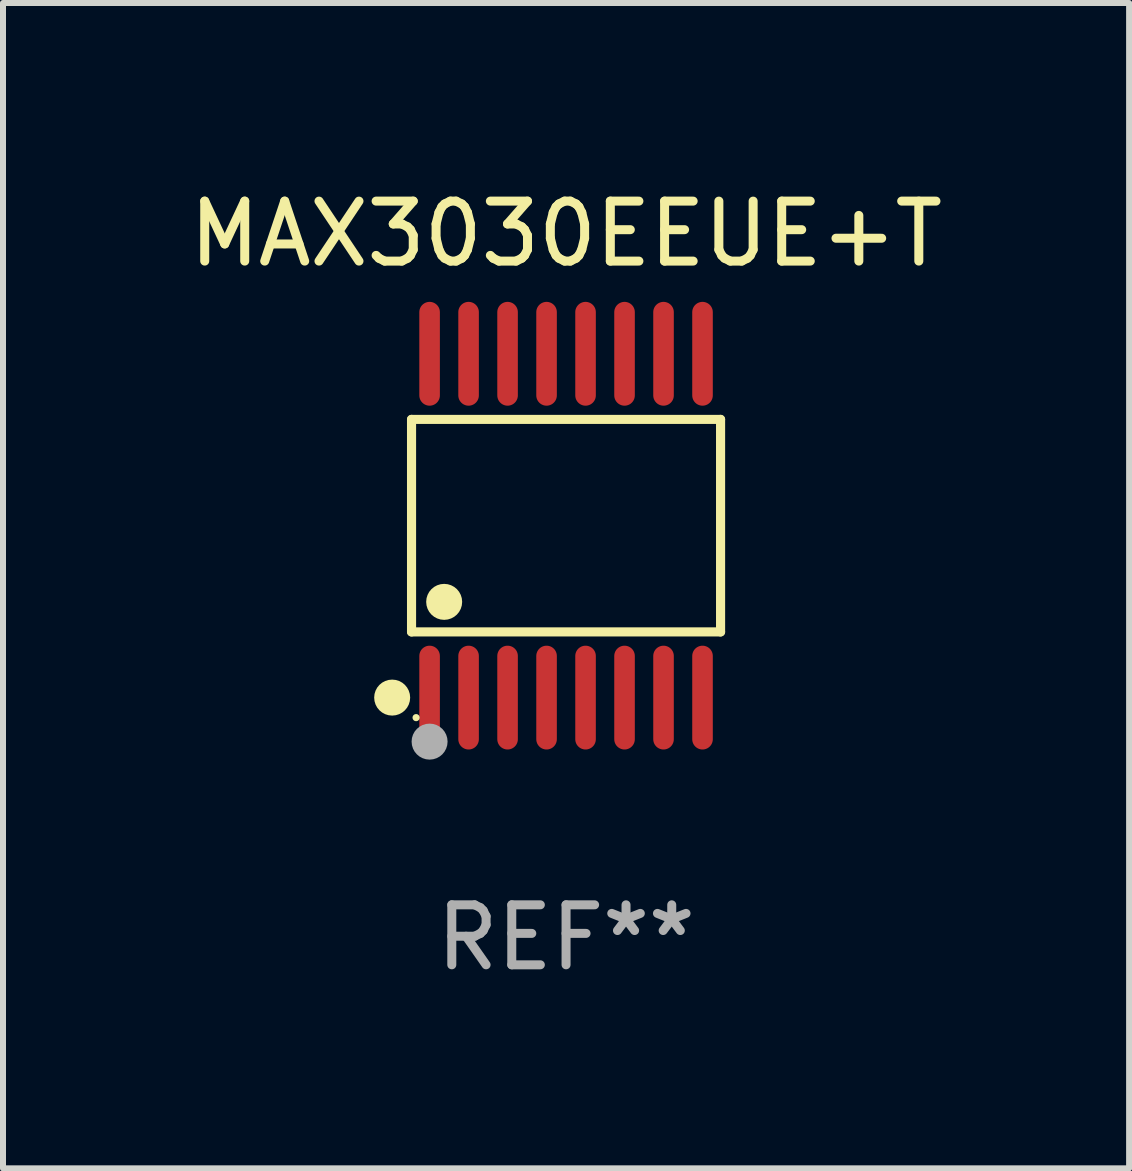
<source format=kicad_pcb>
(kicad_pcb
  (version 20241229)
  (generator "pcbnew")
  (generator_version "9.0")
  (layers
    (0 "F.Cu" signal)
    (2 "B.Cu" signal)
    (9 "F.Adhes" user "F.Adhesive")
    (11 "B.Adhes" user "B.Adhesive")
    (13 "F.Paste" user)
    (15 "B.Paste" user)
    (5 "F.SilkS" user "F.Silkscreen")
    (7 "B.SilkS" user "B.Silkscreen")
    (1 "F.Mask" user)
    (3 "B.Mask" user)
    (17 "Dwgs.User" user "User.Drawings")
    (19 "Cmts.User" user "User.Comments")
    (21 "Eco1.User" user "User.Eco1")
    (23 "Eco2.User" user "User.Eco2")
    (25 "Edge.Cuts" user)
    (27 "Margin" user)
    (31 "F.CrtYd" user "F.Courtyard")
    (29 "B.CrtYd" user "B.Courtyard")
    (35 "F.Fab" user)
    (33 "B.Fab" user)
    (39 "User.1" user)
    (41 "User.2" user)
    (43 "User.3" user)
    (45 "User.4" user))
  (footprint "MAX3030EEUE+T"
    (layer "F.Cu")
    (at 6.387 5.714)
    (property "Reference" "MAX3030EEUE+T" (at 0 -4.866 0) (layer "F.SilkS") (effects (font (size 1 1) (thickness 0.15))))
    (attr through_hole)
    (fp_line (start -2.576 -1.772) (end 2.576 -1.772) (stroke (width 0.152) (type solid)) (layer "F.SilkS"))
    (fp_line (start -2.576 1.771) (end -2.576 -1.772) (stroke (width 0.152) (type solid)) (layer "F.SilkS"))
    (fp_line (start 2.576 -1.772) (end 2.576 1.771) (stroke (width 0.152) (type solid)) (layer "F.SilkS"))
    (fp_line (start 2.576 1.771) (end -2.576 1.771) (stroke (width 0.152) (type solid)) (layer "F.SilkS"))
    (fp_circle (center -2.899 2.866) (end -2.749 2.866) (stroke (width 0.3) (type solid)) (fill no) (layer "F.SilkS"))
    (fp_circle (center -2.5 3.2) (end -2.47 3.2) (stroke (width 0.06) (type solid)) (fill no) (layer "F.SilkS"))
    (fp_circle (center -2.032 1.27) (end -1.882 1.27) (stroke (width 0.3) (type solid)) (fill no) (layer "F.SilkS"))
    (fp_circle (center -2.275 3.6) (end -2.125 3.6) (stroke (width 0.3) (type solid)) (fill no) (layer "F.Fab"))
    (fp_text user "REF**" (at 0 6.866 0) (layer "F.Fab") (effects (font (size 1 1) (thickness 0.15))))
    (pad "1" smd oval (at -2.275 2.866) (size 0.343 1.731) (layers "F.Cu" "F.Mask" "F.Paste"))
    (pad "2" smd oval (at -1.625 2.866) (size 0.343 1.731) (layers "F.Cu" "F.Mask" "F.Paste"))
    (pad "3" smd oval (at -0.975 2.866) (size 0.343 1.731) (layers "F.Cu" "F.Mask" "F.Paste"))
    (pad "4" smd oval (at -0.325 2.866) (size 0.343 1.731) (layers "F.Cu" "F.Mask" "F.Paste"))
    (pad "5" smd oval (at 0.325 2.866) (size 0.343 1.731) (layers "F.Cu" "F.Mask" "F.Paste"))
    (pad "6" smd oval (at 0.975 2.866) (size 0.343 1.731) (layers "F.Cu" "F.Mask" "F.Paste"))
    (pad "7" smd oval (at 1.625 2.866) (size 0.343 1.731) (layers "F.Cu" "F.Mask" "F.Paste"))
    (pad "8" smd oval (at 2.275 2.866) (size 0.343 1.731) (layers "F.Cu" "F.Mask" "F.Paste"))
    (pad "9" smd oval (at 2.275 -2.866) (size 0.343 1.731) (layers "F.Cu" "F.Mask" "F.Paste"))
    (pad "10" smd oval (at 1.625 -2.866) (size 0.343 1.731) (layers "F.Cu" "F.Mask" "F.Paste"))
    (pad "11" smd oval (at 0.975 -2.866) (size 0.343 1.731) (layers "F.Cu" "F.Mask" "F.Paste"))
    (pad "12" smd oval (at 0.325 -2.866) (size 0.343 1.731) (layers "F.Cu" "F.Mask" "F.Paste"))
    (pad "13" smd oval (at -0.325 -2.866) (size 0.343 1.731) (layers "F.Cu" "F.Mask" "F.Paste"))
    (pad "14" smd oval (at -0.975 -2.866) (size 0.343 1.731) (layers "F.Cu" "F.Mask" "F.Paste"))
    (pad "15" smd oval (at -1.625 -2.866) (size 0.343 1.731) (layers "F.Cu" "F.Mask" "F.Paste"))
    (pad "16" smd oval (at -2.275 -2.866) (size 0.343 1.731) (layers "F.Cu" "F.Mask" "F.Paste")))
  (gr_rect
    (start -3 -3)
    (end 15.774 16.428)
    (stroke (width 0.1) (type default))
    (fill no)
    (layer "Edge.Cuts")))
</source>
